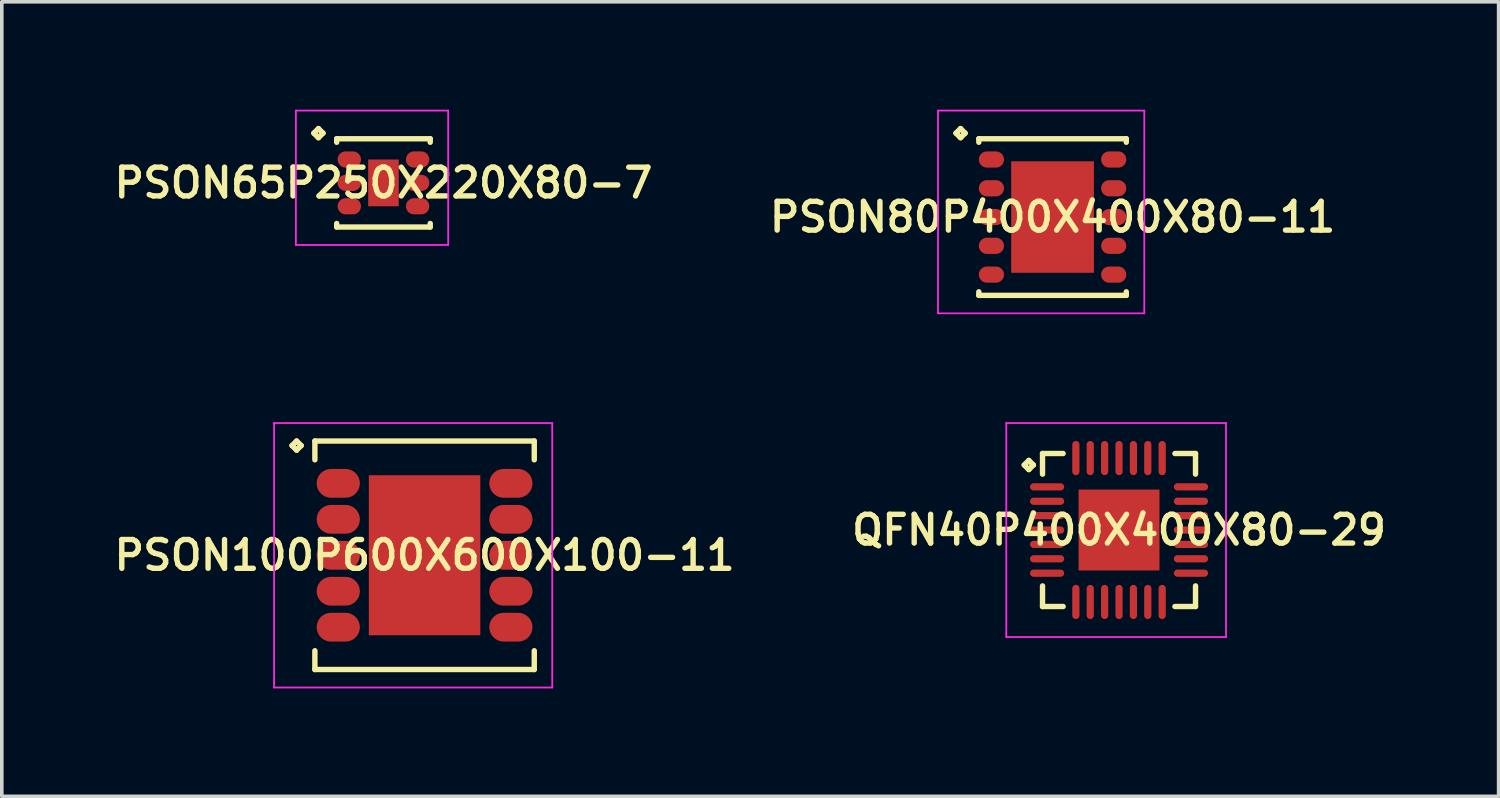
<source format=kicad_pcb>
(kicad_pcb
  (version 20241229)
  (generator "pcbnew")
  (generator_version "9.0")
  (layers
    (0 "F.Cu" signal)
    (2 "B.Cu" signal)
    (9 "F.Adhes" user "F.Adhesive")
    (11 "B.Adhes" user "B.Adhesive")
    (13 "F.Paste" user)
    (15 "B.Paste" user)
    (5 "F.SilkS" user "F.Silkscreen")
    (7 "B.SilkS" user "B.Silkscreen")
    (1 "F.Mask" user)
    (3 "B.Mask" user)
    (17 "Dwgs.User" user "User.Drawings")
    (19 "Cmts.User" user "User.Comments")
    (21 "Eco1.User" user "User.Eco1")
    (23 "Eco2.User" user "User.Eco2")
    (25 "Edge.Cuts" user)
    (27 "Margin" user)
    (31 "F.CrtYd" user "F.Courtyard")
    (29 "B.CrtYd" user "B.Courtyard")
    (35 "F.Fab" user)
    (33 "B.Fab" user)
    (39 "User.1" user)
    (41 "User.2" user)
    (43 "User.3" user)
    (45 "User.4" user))
  (footprint "PSON80P400X400X80-11"
    (layer "F.Cu")
    (at 26.216 2.985)
    (property "Reference" "PSON80P400X400X80-11" (at 0 0 0) (layer "F.SilkS") (effects (font (size 0.8 0.8) (thickness 0.15))))
    (attr smd)
    (fp_line (start -2.685 -2.333) (end -2.558 -2.46) (stroke (width 0.15) (type solid)) (layer "F.SilkS"))
    (fp_line (start -2.558 -2.46) (end -2.431 -2.333) (stroke (width 0.15) (type solid)) (layer "F.SilkS"))
    (fp_line (start -2.558 -2.206) (end -2.685 -2.333) (stroke (width 0.15) (type solid)) (layer "F.SilkS"))
    (fp_line (start -2.431 -2.333) (end -2.558 -2.206) (stroke (width 0.15) (type solid)) (layer "F.SilkS"))
    (fp_line (start -2.05 -2.177) (end 2.05 -2.177) (stroke (width 0.15) (type solid)) (layer "F.SilkS"))
    (fp_line (start -2.05 -2.079) (end -2.05 -2.177) (stroke (width 0.15) (type solid)) (layer "F.SilkS"))
    (fp_line (start -2.05 2.079) (end -2.05 2.177) (stroke (width 0.15) (type solid)) (layer "F.SilkS"))
    (fp_line (start -2.05 2.177) (end 2.05 2.177) (stroke (width 0.15) (type solid)) (layer "F.SilkS"))
    (fp_line (start 2.05 -2.177) (end 2.05 -2.079) (stroke (width 0.15) (type solid)) (layer "F.SilkS"))
    (fp_line (start 2.05 2.177) (end 2.05 2.079) (stroke (width 0.15) (type solid)) (layer "F.SilkS"))
    (fp_line (start -3.185 -2.96) (end 2.55 -2.96) (stroke (width 0.05) (type solid)) (layer "F.CrtYd"))
    (fp_line (start -3.185 2.677) (end -3.185 -2.96) (stroke (width 0.05) (type solid)) (layer "F.CrtYd"))
    (fp_line (start 2.55 -2.96) (end 2.55 2.677) (stroke (width 0.05) (type solid)) (layer "F.CrtYd"))
    (fp_line (start 2.55 2.677) (end -3.185 2.677) (stroke (width 0.05) (type solid)) (layer "F.CrtYd"))
    (pad "1" smd oval (at -1.7 -1.6) (size 0.7 0.45) (layers "F.Cu" "F.Mask" "F.Paste"))
    (pad "2" smd oval (at -1.7 -0.8) (size 0.7 0.45) (layers "F.Cu" "F.Mask" "F.Paste"))
    (pad "3" smd oval (at -1.7 0) (size 0.7 0.45) (layers "F.Cu" "F.Mask" "F.Paste"))
    (pad "4" smd oval (at -1.7 0.8) (size 0.7 0.45) (layers "F.Cu" "F.Mask" "F.Paste"))
    (pad "5" smd oval (at -1.7 1.6) (size 0.7 0.45) (layers "F.Cu" "F.Mask" "F.Paste"))
    (pad "6" smd oval (at 1.7 1.6) (size 0.7 0.45) (layers "F.Cu" "F.Mask" "F.Paste"))
    (pad "7" smd oval (at 1.7 0.8) (size 0.7 0.45) (layers "F.Cu" "F.Mask" "F.Paste"))
    (pad "8" smd oval (at 1.7 0) (size 0.7 0.45) (layers "F.Cu" "F.Mask" "F.Paste"))
    (pad "9" smd oval (at 1.7 -0.8) (size 0.7 0.45) (layers "F.Cu" "F.Mask" "F.Paste"))
    (pad "10" smd oval (at 1.7 -1.6) (size 0.7 0.45) (layers "F.Cu" "F.Mask" "F.Paste"))
    (pad "11" smd rect (at 0 0) (size 2.3 3.1) (layers "F.Cu" "F.Mask" "F.Paste")))
  (footprint "PSON65P250X220X80-7"
    (layer "F.Cu")
    (at 7.612 2.035)
    (property "Reference" "PSON65P250X220X80-7" (at 0 0 0) (layer "F.SilkS") (effects (font (size 0.8 0.8) (thickness 0.15))))
    (attr smd)
    (fp_line (start -1.935 -1.383) (end -1.808 -1.51) (stroke (width 0.15) (type solid)) (layer "F.SilkS"))
    (fp_line (start -1.808 -1.51) (end -1.681 -1.383) (stroke (width 0.15) (type solid)) (layer "F.SilkS"))
    (fp_line (start -1.808 -1.256) (end -1.935 -1.383) (stroke (width 0.15) (type solid)) (layer "F.SilkS"))
    (fp_line (start -1.681 -1.383) (end -1.808 -1.256) (stroke (width 0.15) (type solid)) (layer "F.SilkS"))
    (fp_line (start -1.3 -1.227) (end 1.3 -1.227) (stroke (width 0.15) (type solid)) (layer "F.SilkS"))
    (fp_line (start -1.3 -1.129) (end -1.3 -1.227) (stroke (width 0.15) (type solid)) (layer "F.SilkS"))
    (fp_line (start -1.3 1.129) (end -1.3 1.227) (stroke (width 0.15) (type solid)) (layer "F.SilkS"))
    (fp_line (start -1.3 1.227) (end 1.3 1.227) (stroke (width 0.15) (type solid)) (layer "F.SilkS"))
    (fp_line (start 1.3 -1.227) (end 1.3 -1.129) (stroke (width 0.15) (type solid)) (layer "F.SilkS"))
    (fp_line (start 1.3 1.227) (end 1.3 1.129) (stroke (width 0.15) (type solid)) (layer "F.SilkS"))
    (fp_line (start -2.435 -2.01) (end 1.8 -2.01) (stroke (width 0.05) (type solid)) (layer "F.CrtYd"))
    (fp_line (start -2.435 1.727) (end -2.435 -2.01) (stroke (width 0.05) (type solid)) (layer "F.CrtYd"))
    (fp_line (start 1.8 -2.01) (end 1.8 1.727) (stroke (width 0.05) (type solid)) (layer "F.CrtYd"))
    (fp_line (start 1.8 1.727) (end -2.435 1.727) (stroke (width 0.05) (type solid)) (layer "F.CrtYd"))
    (pad "1" smd oval (at -0.95 -0.65) (size 0.65 0.45) (layers "F.Cu" "F.Mask" "F.Paste"))
    (pad "2" smd oval (at -0.95 0) (size 0.65 0.45) (layers "F.Cu" "F.Mask" "F.Paste"))
    (pad "3" smd oval (at -0.95 0.65) (size 0.65 0.45) (layers "F.Cu" "F.Mask" "F.Paste"))
    (pad "4" smd oval (at 0.95 0.65) (size 0.65 0.45) (layers "F.Cu" "F.Mask" "F.Paste"))
    (pad "5" smd oval (at 0.95 0) (size 0.65 0.45) (layers "F.Cu" "F.Mask" "F.Paste"))
    (pad "6" smd oval (at 0.95 -0.65) (size 0.65 0.45) (layers "F.Cu" "F.Mask" "F.Paste"))
    (pad "7" smd rect (at 0 0) (size 0.85 1.3) (layers "F.Cu" "F.Mask" "F.Paste")))
  (footprint "QFN40P400X400X80-29"
    (layer "F.Cu")
    (at 28.064 11.687)
    (property "Reference" "QFN40P400X400X80-29" (at 0 0 0) (layer "F.SilkS") (effects (font (size 0.8 0.8) (thickness 0.15))))
    (attr smd)
    (fp_line (start -2.635 -1.808) (end -2.508 -1.935) (stroke (width 0.15) (type solid)) (layer "F.SilkS"))
    (fp_line (start -2.508 -1.935) (end -2.381 -1.808) (stroke (width 0.15) (type solid)) (layer "F.SilkS"))
    (fp_line (start -2.508 -1.681) (end -2.635 -1.808) (stroke (width 0.15) (type solid)) (layer "F.SilkS"))
    (fp_line (start -2.381 -1.808) (end -2.508 -1.681) (stroke (width 0.15) (type solid)) (layer "F.SilkS"))
    (fp_line (start -2.127 -2.127) (end -1.554 -2.127) (stroke (width 0.15) (type solid)) (layer "F.SilkS"))
    (fp_line (start -2.127 -1.554) (end -2.127 -2.127) (stroke (width 0.15) (type solid)) (layer "F.SilkS"))
    (fp_line (start -2.127 1.554) (end -2.127 2.127) (stroke (width 0.15) (type solid)) (layer "F.SilkS"))
    (fp_line (start -2.127 2.127) (end -1.554 2.127) (stroke (width 0.15) (type solid)) (layer "F.SilkS"))
    (fp_line (start 1.554 -2.127) (end 2.127 -2.127) (stroke (width 0.15) (type solid)) (layer "F.SilkS"))
    (fp_line (start 1.554 2.127) (end 2.127 2.127) (stroke (width 0.15) (type solid)) (layer "F.SilkS"))
    (fp_line (start 2.127 -2.127) (end 2.127 -1.554) (stroke (width 0.15) (type solid)) (layer "F.SilkS"))
    (fp_line (start 2.127 2.127) (end 2.127 1.554) (stroke (width 0.15) (type solid)) (layer "F.SilkS"))
    (fp_line (start -3.135 -2.975) (end 2.975 -2.975) (stroke (width 0.05) (type solid)) (layer "F.CrtYd"))
    (fp_line (start -3.135 2.975) (end -3.135 -2.975) (stroke (width 0.05) (type solid)) (layer "F.CrtYd"))
    (fp_line (start 2.975 -2.975) (end 2.975 2.975) (stroke (width 0.05) (type solid)) (layer "F.CrtYd"))
    (fp_line (start 2.975 2.975) (end -3.135 2.975) (stroke (width 0.05) (type solid)) (layer "F.CrtYd"))
    (pad "1" smd oval (at -2 -1.2) (size 0.95 0.2) (layers "F.Cu" "F.Mask" "F.Paste"))
    (pad "2" smd oval (at -2 -0.8) (size 0.95 0.2) (layers "F.Cu" "F.Mask" "F.Paste"))
    (pad "3" smd oval (at -2 -0.4) (size 0.95 0.2) (layers "F.Cu" "F.Mask" "F.Paste"))
    (pad "4" smd oval (at -2 0) (size 0.95 0.2) (layers "F.Cu" "F.Mask" "F.Paste"))
    (pad "5" smd oval (at -2 0.4) (size 0.95 0.2) (layers "F.Cu" "F.Mask" "F.Paste"))
    (pad "6" smd oval (at -2 0.8) (size 0.95 0.2) (layers "F.Cu" "F.Mask" "F.Paste"))
    (pad "7" smd oval (at -2 1.2) (size 0.95 0.2) (layers "F.Cu" "F.Mask" "F.Paste"))
    (pad "8" smd oval (at -1.2 2) (size 0.2 0.95) (layers "F.Cu" "F.Mask" "F.Paste"))
    (pad "9" smd oval (at -0.8 2) (size 0.2 0.95) (layers "F.Cu" "F.Mask" "F.Paste"))
    (pad "10" smd oval (at -0.4 2) (size 0.2 0.95) (layers "F.Cu" "F.Mask" "F.Paste"))
    (pad "11" smd oval (at 0 2) (size 0.2 0.95) (layers "F.Cu" "F.Mask" "F.Paste"))
    (pad "12" smd oval (at 0.4 2) (size 0.2 0.95) (layers "F.Cu" "F.Mask" "F.Paste"))
    (pad "13" smd oval (at 0.8 2) (size 0.2 0.95) (layers "F.Cu" "F.Mask" "F.Paste"))
    (pad "14" smd oval (at 1.2 2) (size 0.2 0.95) (layers "F.Cu" "F.Mask" "F.Paste"))
    (pad "15" smd oval (at 2 1.2) (size 0.95 0.2) (layers "F.Cu" "F.Mask" "F.Paste"))
    (pad "16" smd oval (at 2 0.8) (size 0.95 0.2) (layers "F.Cu" "F.Mask" "F.Paste"))
    (pad "17" smd oval (at 2 0.4) (size 0.95 0.2) (layers "F.Cu" "F.Mask" "F.Paste"))
    (pad "18" smd oval (at 2 0) (size 0.95 0.2) (layers "F.Cu" "F.Mask" "F.Paste"))
    (pad "19" smd oval (at 2 -0.4) (size 0.95 0.2) (layers "F.Cu" "F.Mask" "F.Paste"))
    (pad "20" smd oval (at 2 -0.8) (size 0.95 0.2) (layers "F.Cu" "F.Mask" "F.Paste"))
    (pad "21" smd oval (at 2 -1.2) (size 0.95 0.2) (layers "F.Cu" "F.Mask" "F.Paste"))
    (pad "22" smd oval (at 1.2 -2) (size 0.2 0.95) (layers "F.Cu" "F.Mask" "F.Paste"))
    (pad "23" smd oval (at 0.8 -2) (size 0.2 0.95) (layers "F.Cu" "F.Mask" "F.Paste"))
    (pad "24" smd oval (at 0.4 -2) (size 0.2 0.95) (layers "F.Cu" "F.Mask" "F.Paste"))
    (pad "25" smd oval (at 0 -2) (size 0.2 0.95) (layers "F.Cu" "F.Mask" "F.Paste"))
    (pad "26" smd oval (at -0.4 -2) (size 0.2 0.95) (layers "F.Cu" "F.Mask" "F.Paste"))
    (pad "27" smd oval (at -0.8 -2) (size 0.2 0.95) (layers "F.Cu" "F.Mask" "F.Paste"))
    (pad "28" smd oval (at -1.2 -2) (size 0.2 0.95) (layers "F.Cu" "F.Mask" "F.Paste"))
    (pad "29" smd rect (at 0 0) (size 2.25 2.25) (layers "F.Cu" "F.Mask" "F.Paste")))
  (footprint "PSON100P600X600X100-11"
    (layer "F.Cu")
    (at 8.755 12.389)
    (property "Reference" "PSON100P600X600X100-11" (at 0 0 0) (layer "F.SilkS") (effects (font (size 0.8 0.8) (thickness 0.15))))
    (attr smd)
    (fp_line (start -3.685 -3.05) (end -3.558 -3.177) (stroke (width 0.15) (type solid)) (layer "F.SilkS"))
    (fp_line (start -3.558 -3.177) (end -3.431 -3.05) (stroke (width 0.15) (type solid)) (layer "F.SilkS"))
    (fp_line (start -3.558 -2.923) (end -3.685 -3.05) (stroke (width 0.15) (type solid)) (layer "F.SilkS"))
    (fp_line (start -3.431 -3.05) (end -3.558 -2.923) (stroke (width 0.15) (type solid)) (layer "F.SilkS"))
    (fp_line (start -3.05 -3.177) (end 3.05 -3.177) (stroke (width 0.15) (type solid)) (layer "F.SilkS"))
    (fp_line (start -3.05 -2.654) (end -3.05 -3.177) (stroke (width 0.15) (type solid)) (layer "F.SilkS"))
    (fp_line (start -3.05 2.654) (end -3.05 3.177) (stroke (width 0.15) (type solid)) (layer "F.SilkS"))
    (fp_line (start -3.05 3.177) (end 3.05 3.177) (stroke (width 0.15) (type solid)) (layer "F.SilkS"))
    (fp_line (start 3.05 -3.177) (end 3.05 -2.654) (stroke (width 0.15) (type solid)) (layer "F.SilkS"))
    (fp_line (start 3.05 3.177) (end 3.05 2.654) (stroke (width 0.15) (type solid)) (layer "F.SilkS"))
    (fp_line (start -4.185 -3.677) (end 3.55 -3.677) (stroke (width 0.05) (type solid)) (layer "F.CrtYd"))
    (fp_line (start -4.185 3.677) (end -4.185 -3.677) (stroke (width 0.05) (type solid)) (layer "F.CrtYd"))
    (fp_line (start 3.55 -3.677) (end 3.55 3.677) (stroke (width 0.05) (type solid)) (layer "F.CrtYd"))
    (fp_line (start 3.55 3.677) (end -4.185 3.677) (stroke (width 0.05) (type solid)) (layer "F.CrtYd"))
    (pad "1" smd oval (at -2.4 -2) (size 1.2 0.8) (layers "F.Cu" "F.Mask" "F.Paste"))
    (pad "2" smd oval (at -2.4 -1) (size 1.2 0.8) (layers "F.Cu" "F.Mask" "F.Paste"))
    (pad "3" smd oval (at -2.4 0) (size 1.2 0.8) (layers "F.Cu" "F.Mask" "F.Paste"))
    (pad "4" smd oval (at -2.4 1) (size 1.2 0.8) (layers "F.Cu" "F.Mask" "F.Paste"))
    (pad "5" smd oval (at -2.4 2) (size 1.2 0.8) (layers "F.Cu" "F.Mask" "F.Paste"))
    (pad "6" smd oval (at 2.4 2) (size 1.2 0.8) (layers "F.Cu" "F.Mask" "F.Paste"))
    (pad "7" smd oval (at 2.4 1) (size 1.2 0.8) (layers "F.Cu" "F.Mask" "F.Paste"))
    (pad "8" smd oval (at 2.4 0) (size 1.2 0.8) (layers "F.Cu" "F.Mask" "F.Paste"))
    (pad "9" smd oval (at 2.4 -1) (size 1.2 0.8) (layers "F.Cu" "F.Mask" "F.Paste"))
    (pad "10" smd oval (at 2.4 -2) (size 1.2 0.8) (layers "F.Cu" "F.Mask" "F.Paste"))
    (pad "11" smd rect (at 0 0) (size 3.1 4.45) (layers "F.Cu" "F.Mask" "F.Paste")))
  (gr_rect
    (start -3 -3)
    (end 38.618 19.091)
    (stroke (width 0.1) (type default))
    (fill no)
    (layer "Edge.Cuts")))
</source>
